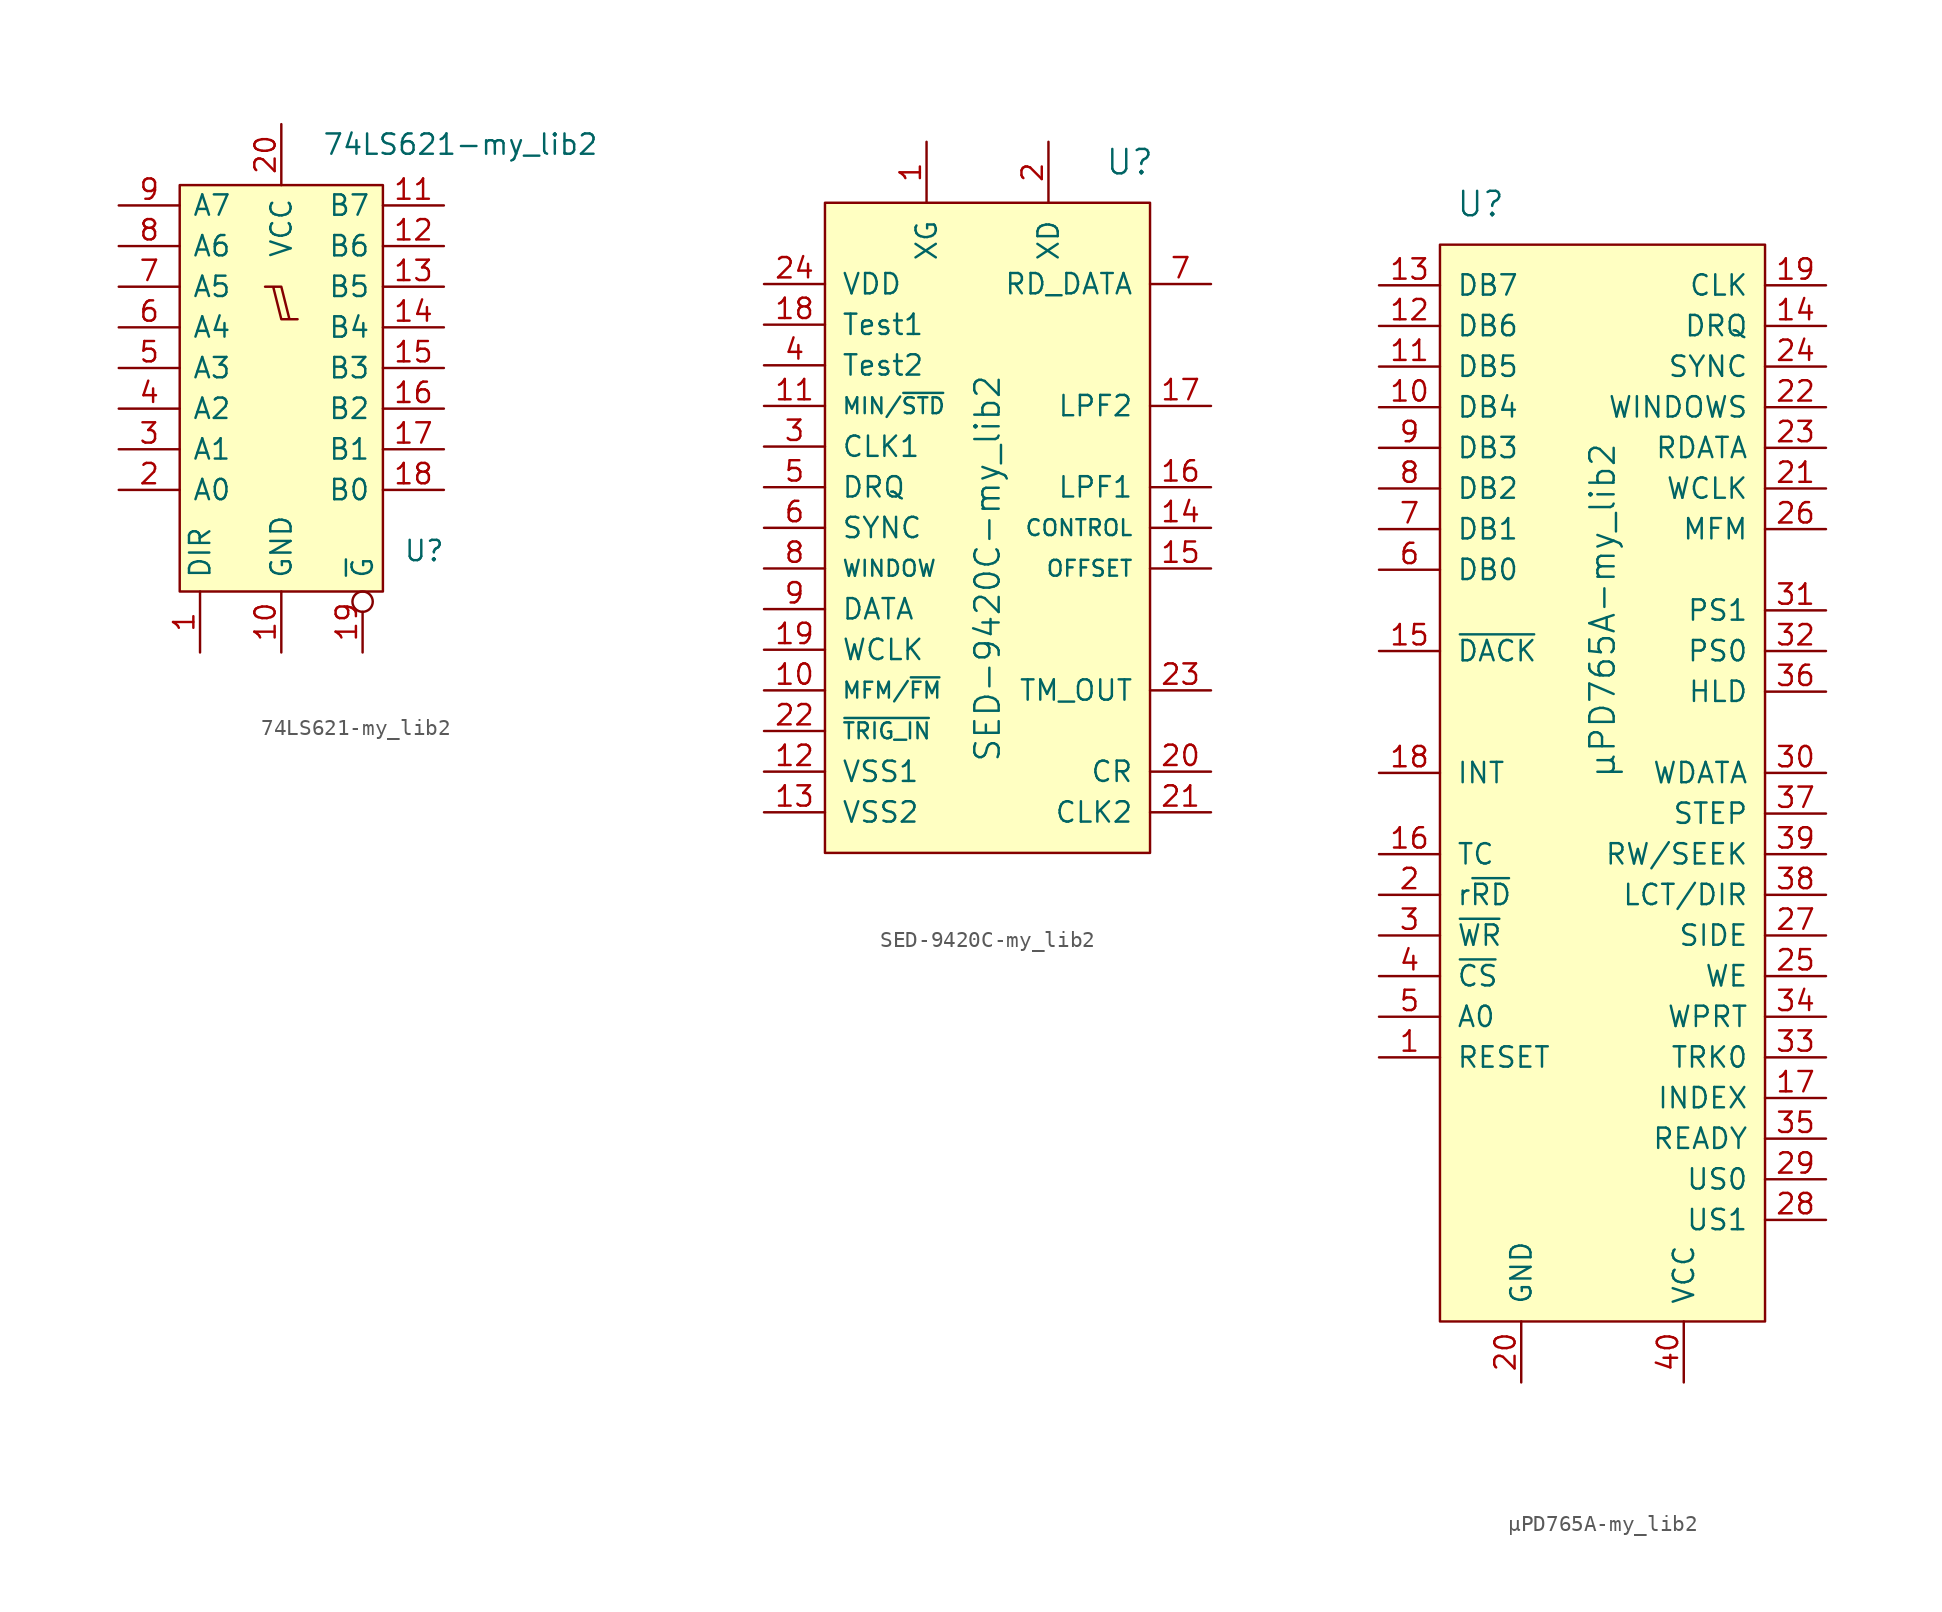
<source format=kicad_sym>
(kicad_symbol_lib
  (version 20220914)
  (generator kicad_symbol_editor)
  (symbol "74LS621-my_lib2"
    (pin_names
      (offset 0.762))
    (property "Reference" "U"
      (at 7.62 -12.7 0)
      (effects (font (size 1.27 1.27)) (justify left)))
    (property "Value" "74LS621-my_lib2"
      (at 2.54 12.7 0)
      (effects (font (size 1.27 1.27)) (justify left)))
    (symbol "74LS621-my_lib2_0_0"
      (polyline (pts (xy -1.016 3.81) (xy 0 3.81) (xy 0.508 1.778) (xy 1.016 1.778) (xy 0 1.778) (xy -0.508 3.81) (xy -0.508 3.81)) (stroke (width 0) (type solid)) (fill (type none)))
      (pin power_in line (at 0 -19.05 90) (length 3.81) (name "GND" (effects (font (size 1.27 1.27)))) (number "10" (effects (font (size 1.27 1.27)))))
      (pin power_in line (at 0 13.97 270) (length 3.81) (name "VCC" (effects (font (size 1.27 1.27)))) (number "20" (effects (font (size 1.27 1.27))))))
    (symbol "74LS621-my_lib2_0_1"
      (rectangle (start -6.35 10.16) (end 6.35 -15.24) (stroke (width 0) (type solid)) (fill (type background))))
    (symbol "74LS621-my_lib2_1_1"
      (pin input line (at -5.08 -19.05 90) (length 3.81) (name "DIR" (effects (font (size 1.27 1.27)))) (number "1" (effects (font (size 1.27 1.27)))))
      (pin tri_state line (at 10.16 8.89 180) (length 3.81) (name "B7" (effects (font (size 1.27 1.27)))) (number "11" (effects (font (size 1.27 1.27)))))
      (pin tri_state line (at 10.16 6.35 180) (length 3.81) (name "B6" (effects (font (size 1.27 1.27)))) (number "12" (effects (font (size 1.27 1.27)))))
      (pin tri_state line (at 10.16 3.81 180) (length 3.81) (name "B5" (effects (font (size 1.27 1.27)))) (number "13" (effects (font (size 1.27 1.27)))))
      (pin tri_state line (at 10.16 1.27 180) (length 3.81) (name "B4" (effects (font (size 1.27 1.27)))) (number "14" (effects (font (size 1.27 1.27)))))
      (pin tri_state line (at 10.16 -1.27 180) (length 3.81) (name "B3" (effects (font (size 1.27 1.27)))) (number "15" (effects (font (size 1.27 1.27)))))
      (pin tri_state line (at 10.16 -3.81 180) (length 3.81) (name "B2" (effects (font (size 1.27 1.27)))) (number "16" (effects (font (size 1.27 1.27)))))
      (pin tri_state line (at 10.16 -6.35 180) (length 3.81) (name "B1" (effects (font (size 1.27 1.27)))) (number "17" (effects (font (size 1.27 1.27)))))
      (pin tri_state line (at 10.16 -8.89 180) (length 3.81) (name "B0" (effects (font (size 1.27 1.27)))) (number "18" (effects (font (size 1.27 1.27)))))
      (pin input inverted (at 5.08 -19.05 90) (length 3.81) (name "~{G}" (effects (font (size 1.27 1.27)))) (number "19" (effects (font (size 1.27 1.27)))))
      (pin tri_state line (at -10.16 -8.89 0) (length 3.81) (name "A0" (effects (font (size 1.27 1.27)))) (number "2" (effects (font (size 1.27 1.27)))))
      (pin tri_state line (at -10.16 -6.35 0) (length 3.81) (name "A1" (effects (font (size 1.27 1.27)))) (number "3" (effects (font (size 1.27 1.27)))))
      (pin tri_state line (at -10.16 -3.81 0) (length 3.81) (name "A2" (effects (font (size 1.27 1.27)))) (number "4" (effects (font (size 1.27 1.27)))))
      (pin tri_state line (at -10.16 -1.27 0) (length 3.81) (name "A3" (effects (font (size 1.27 1.27)))) (number "5" (effects (font (size 1.27 1.27)))))
      (pin tri_state line (at -10.16 1.27 0) (length 3.81) (name "A4" (effects (font (size 1.27 1.27)))) (number "6" (effects (font (size 1.27 1.27)))))
      (pin tri_state line (at -10.16 3.81 0) (length 3.81) (name "A5" (effects (font (size 1.27 1.27)))) (number "7" (effects (font (size 1.27 1.27)))))
      (pin tri_state line (at -10.16 6.35 0) (length 3.81) (name "A6" (effects (font (size 1.27 1.27)))) (number "8" (effects (font (size 1.27 1.27)))))
      (pin tri_state line (at -10.16 8.89 0) (length 3.81) (name "A7" (effects (font (size 1.27 1.27)))) (number "9" (effects (font (size 1.27 1.27)))))))
  (symbol "SED-9420C-my_lib2"
    (pin_names
      (offset 1.016))
    (property "Reference" "U"
      (at 8.89 7.62 0)
      (effects (font (size 1.524 1.524))))
    (property "Value" "SED-9420C-my_lib2"
      (at 0 -17.78 90)
      (effects (font (size 1.524 1.524))))
    (property "Footprint" ""
      (at -13.97 -15.24 0)
      (effects (font (size 1.524 1.524))))
    (property "Datasheet" ""
      (at -13.97 -15.24 0)
      (effects (font (size 1.524 1.524))))
    (symbol "SED-9420C-my_lib2_0_1"
      (rectangle (start -10.16 5.08) (end 10.16 -35.56) (stroke (width 0) (type solid)) (fill (type background))))
    (symbol "SED-9420C-my_lib2_1_1"
      (pin input line (at -3.81 8.89 270) (length 3.81) (name "XG" (effects (font (size 1.27 1.27)))) (number "1" (effects (font (size 1.27 1.27)))))
      (pin input line (at -13.97 -25.4 0) (length 3.81) (name "MFM/~{FM}" (effects (font (size 0.991 0.991)))) (number "10" (effects (font (size 1.27 1.27)))))
      (pin input line (at -13.97 -7.62 0) (length 3.81) (name "MIN/~{STD}" (effects (font (size 0.991 0.991)))) (number "11" (effects (font (size 1.27 1.27)))))
      (pin power_in line (at -13.97 -30.48 0) (length 3.81) (name "VSS1" (effects (font (size 1.27 1.27)))) (number "12" (effects (font (size 1.27 1.27)))))
      (pin power_in line (at -13.97 -33.02 0) (length 3.81) (name "VSS2" (effects (font (size 1.27 1.27)))) (number "13" (effects (font (size 1.27 1.27)))))
      (pin input line (at 13.97 -15.24 180) (length 3.81) (name "CONTROL" (effects (font (size 0.991 0.991)))) (number "14" (effects (font (size 1.27 1.27)))))
      (pin passive line (at 13.97 -17.78 180) (length 3.81) (name "OFFSET" (effects (font (size 0.991 0.991)))) (number "15" (effects (font (size 1.27 1.27)))))
      (pin passive line (at 13.97 -12.7 180) (length 3.81) (name "LPF1" (effects (font (size 1.27 1.27)))) (number "16" (effects (font (size 1.27 1.27)))))
      (pin passive line (at 13.97 -7.62 180) (length 3.81) (name "LPF2" (effects (font (size 1.27 1.27)))) (number "17" (effects (font (size 1.27 1.27)))))
      (pin passive line (at -13.97 -2.54 0) (length 3.81) (name "Test1" (effects (font (size 1.27 1.27)))) (number "18" (effects (font (size 1.27 1.27)))))
      (pin output line (at -13.97 -22.86 0) (length 3.81) (name "WCLK" (effects (font (size 1.27 1.27)))) (number "19" (effects (font (size 1.27 1.27)))))
      (pin output line (at 3.81 8.89 270) (length 3.81) (name "XD" (effects (font (size 1.27 1.27)))) (number "2" (effects (font (size 1.27 1.27)))))
      (pin passive line (at 13.97 -30.48 180) (length 3.81) (name "CR" (effects (font (size 1.27 1.27)))) (number "20" (effects (font (size 1.27 1.27)))))
      (pin output line (at 13.97 -33.02 180) (length 3.81) (name "CLK2" (effects (font (size 1.27 1.27)))) (number "21" (effects (font (size 1.27 1.27)))))
      (pin input line (at -13.97 -27.94 0) (length 3.81) (name "~{TRIG_IN}" (effects (font (size 0.991 0.991)))) (number "22" (effects (font (size 1.27 1.27)))))
      (pin output line (at 13.97 -25.4 180) (length 3.81) (name "TM_OUT" (effects (font (size 1.27 1.27)))) (number "23" (effects (font (size 1.27 1.27)))))
      (pin power_in line (at -13.97 0 0) (length 3.81) (name "VDD" (effects (font (size 1.27 1.27)))) (number "24" (effects (font (size 1.27 1.27)))))
      (pin output line (at -13.97 -10.16 0) (length 3.81) (name "CLK1" (effects (font (size 1.27 1.27)))) (number "3" (effects (font (size 1.27 1.27)))))
      (pin input line (at -13.97 -5.08 0) (length 3.81) (name "Test2" (effects (font (size 1.27 1.27)))) (number "4" (effects (font (size 1.27 1.27)))))
      (pin input line (at -13.97 -12.7 0) (length 3.81) (name "DRQ" (effects (font (size 1.27 1.27)))) (number "5" (effects (font (size 1.27 1.27)))))
      (pin input line (at -13.97 -15.24 0) (length 3.81) (name "SYNC" (effects (font (size 1.27 1.27)))) (number "6" (effects (font (size 1.27 1.27)))))
      (pin input line (at 13.97 0 180) (length 3.81) (name "RD_DATA" (effects (font (size 1.27 1.27)))) (number "7" (effects (font (size 1.27 1.27)))))
      (pin input line (at -13.97 -17.78 0) (length 3.81) (name "WINDOW" (effects (font (size 0.991 0.991)))) (number "8" (effects (font (size 1.27 1.27)))))
      (pin output line (at -13.97 -20.32 0) (length 3.81) (name "DATA" (effects (font (size 1.27 1.27)))) (number "9" (effects (font (size 1.27 1.27)))))))
  (symbol "µPD765A-my_lib2"
    (pin_names
      (offset 1.016))
    (property "Reference" "U"
      (at -7.62 35.56 0)
      (effects (font (size 1.524 1.524))))
    (property "Value" "µPD765A-my_lib2"
      (at 0 10.16 90)
      (effects (font (size 1.524 1.524))))
    (property "Footprint" ""
      (at -13.97 12.7 0)
      (effects (font (size 1.524 1.524))))
    (property "Datasheet" ""
      (at -13.97 12.7 0)
      (effects (font (size 1.524 1.524))))
    (symbol "µPD765A-my_lib2_0_1"
      (rectangle (start -10.16 33.02) (end 10.16 -34.29) (stroke (width 0) (type solid)) (fill (type background))))
    (symbol "µPD765A-my_lib2_1_1"
      (pin input line (at -13.97 -17.78 0) (length 3.81) (name "RESET" (effects (font (size 1.27 1.27)))) (number "1" (effects (font (size 1.27 1.27)))))
      (pin bidirectional line (at -13.97 22.86 0) (length 3.81) (name "DB4" (effects (font (size 1.27 1.27)))) (number "10" (effects (font (size 1.27 1.27)))))
      (pin bidirectional line (at -13.97 25.4 0) (length 3.81) (name "DB5" (effects (font (size 1.27 1.27)))) (number "11" (effects (font (size 1.27 1.27)))))
      (pin bidirectional line (at -13.97 27.94 0) (length 3.81) (name "DB6" (effects (font (size 1.27 1.27)))) (number "12" (effects (font (size 1.27 1.27)))))
      (pin bidirectional line (at -13.97 30.48 0) (length 3.81) (name "DB7" (effects (font (size 1.27 1.27)))) (number "13" (effects (font (size 1.27 1.27)))))
      (pin output line (at 13.97 27.94 180) (length 3.81) (name "DRQ" (effects (font (size 1.27 1.27)))) (number "14" (effects (font (size 1.27 1.27)))))
      (pin input line (at -13.97 7.62 0) (length 3.81) (name "~{DACK}" (effects (font (size 1.27 1.27)))) (number "15" (effects (font (size 1.27 1.27)))))
      (pin input line (at -13.97 -5.08 0) (length 3.81) (name "TC" (effects (font (size 1.27 1.27)))) (number "16" (effects (font (size 1.27 1.27)))))
      (pin input line (at 13.97 -20.32 180) (length 3.81) (name "INDEX" (effects (font (size 1.27 1.27)))) (number "17" (effects (font (size 1.27 1.27)))))
      (pin output line (at -13.97 0 0) (length 3.81) (name "INT" (effects (font (size 1.27 1.27)))) (number "18" (effects (font (size 1.27 1.27)))))
      (pin input line (at 13.97 30.48 180) (length 3.81) (name "CLK" (effects (font (size 1.27 1.27)))) (number "19" (effects (font (size 1.27 1.27)))))
      (pin input line (at -13.97 -7.62 0) (length 3.81) (name "r~{RD}" (effects (font (size 1.27 1.27)))) (number "2" (effects (font (size 1.27 1.27)))))
      (pin power_in line (at -5.08 -38.1 90) (length 3.81) (name "GND" (effects (font (size 1.27 1.27)))) (number "20" (effects (font (size 1.27 1.27)))))
      (pin input line (at 13.97 17.78 180) (length 3.81) (name "WCLK" (effects (font (size 1.27 1.27)))) (number "21" (effects (font (size 1.27 1.27)))))
      (pin bidirectional line (at 13.97 22.86 180) (length 3.81) (name "WINDOWS" (effects (font (size 1.27 1.27)))) (number "22" (effects (font (size 1.27 1.27)))))
      (pin input line (at 13.97 20.32 180) (length 3.81) (name "RDATA" (effects (font (size 1.27 1.27)))) (number "23" (effects (font (size 1.27 1.27)))))
      (pin output line (at 13.97 25.4 180) (length 3.81) (name "SYNC" (effects (font (size 1.27 1.27)))) (number "24" (effects (font (size 1.27 1.27)))))
      (pin output line (at 13.97 -12.7 180) (length 3.81) (name "WE" (effects (font (size 1.27 1.27)))) (number "25" (effects (font (size 1.27 1.27)))))
      (pin output line (at 13.97 15.24 180) (length 3.81) (name "MFM" (effects (font (size 1.27 1.27)))) (number "26" (effects (font (size 1.27 1.27)))))
      (pin output line (at 13.97 -10.16 180) (length 3.81) (name "SIDE" (effects (font (size 1.27 1.27)))) (number "27" (effects (font (size 1.27 1.27)))))
      (pin output line (at 13.97 -27.94 180) (length 3.81) (name "US1" (effects (font (size 1.27 1.27)))) (number "28" (effects (font (size 1.27 1.27)))))
      (pin output line (at 13.97 -25.4 180) (length 3.81) (name "US0" (effects (font (size 1.27 1.27)))) (number "29" (effects (font (size 1.27 1.27)))))
      (pin input line (at -13.97 -10.16 0) (length 3.81) (name "~{WR}" (effects (font (size 1.27 1.27)))) (number "3" (effects (font (size 1.27 1.27)))))
      (pin output line (at 13.97 0 180) (length 3.81) (name "WDATA" (effects (font (size 1.27 1.27)))) (number "30" (effects (font (size 1.27 1.27)))))
      (pin output line (at 13.97 10.16 180) (length 3.81) (name "PS1" (effects (font (size 1.27 1.27)))) (number "31" (effects (font (size 1.27 1.27)))))
      (pin output line (at 13.97 7.62 180) (length 3.81) (name "PS0" (effects (font (size 1.27 1.27)))) (number "32" (effects (font (size 1.27 1.27)))))
      (pin input line (at 13.97 -17.78 180) (length 3.81) (name "TRK0" (effects (font (size 1.27 1.27)))) (number "33" (effects (font (size 1.27 1.27)))))
      (pin input line (at 13.97 -15.24 180) (length 3.81) (name "WPRT" (effects (font (size 1.27 1.27)))) (number "34" (effects (font (size 1.27 1.27)))))
      (pin input line (at 13.97 -22.86 180) (length 3.81) (name "READY" (effects (font (size 1.27 1.27)))) (number "35" (effects (font (size 1.27 1.27)))))
      (pin input line (at 13.97 5.08 180) (length 3.81) (name "HLD" (effects (font (size 1.27 1.27)))) (number "36" (effects (font (size 1.27 1.27)))))
      (pin output line (at 13.97 -2.54 180) (length 3.81) (name "STEP" (effects (font (size 1.27 1.27)))) (number "37" (effects (font (size 1.27 1.27)))))
      (pin output line (at 13.97 -7.62 180) (length 3.81) (name "LCT/DIR" (effects (font (size 1.27 1.27)))) (number "38" (effects (font (size 1.27 1.27)))))
      (pin output line (at 13.97 -5.08 180) (length 3.81) (name "RW/SEEK" (effects (font (size 1.27 1.27)))) (number "39" (effects (font (size 1.27 1.27)))))
      (pin input line (at -13.97 -12.7 0) (length 3.81) (name "~{CS}" (effects (font (size 1.27 1.27)))) (number "4" (effects (font (size 1.27 1.27)))))
      (pin power_in line (at 5.08 -38.1 90) (length 3.81) (name "VCC" (effects (font (size 1.27 1.27)))) (number "40" (effects (font (size 1.27 1.27)))))
      (pin input line (at -13.97 -15.24 0) (length 3.81) (name "A0" (effects (font (size 1.27 1.27)))) (number "5" (effects (font (size 1.27 1.27)))))
      (pin bidirectional line (at -13.97 12.7 0) (length 3.81) (name "DB0" (effects (font (size 1.27 1.27)))) (number "6" (effects (font (size 1.27 1.27)))))
      (pin bidirectional line (at -13.97 15.24 0) (length 3.81) (name "DB1" (effects (font (size 1.27 1.27)))) (number "7" (effects (font (size 1.27 1.27)))))
      (pin bidirectional line (at -13.97 17.78 0) (length 3.81) (name "DB2" (effects (font (size 1.27 1.27)))) (number "8" (effects (font (size 1.27 1.27)))))
      (pin bidirectional line (at -13.97 20.32 0) (length 3.81) (name "DB3" (effects (font (size 1.27 1.27)))) (number "9" (effects (font (size 1.27 1.27))))))))
</source>
